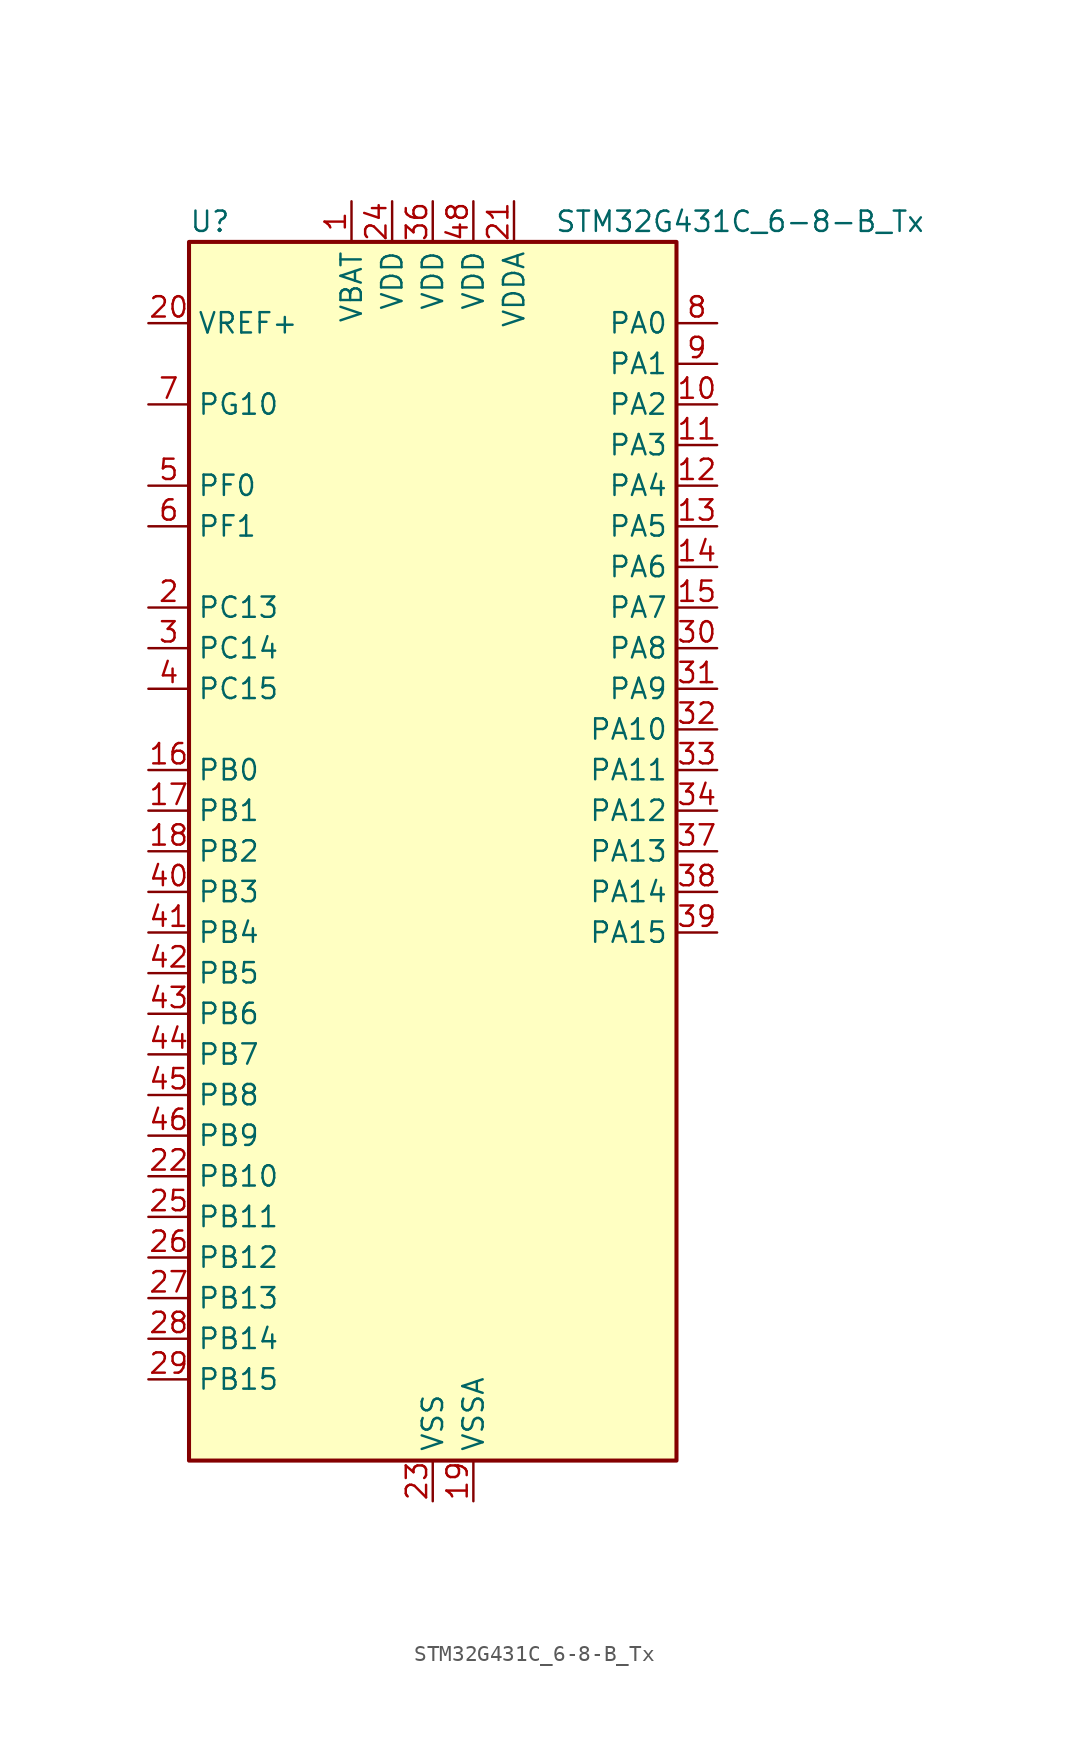
<source format=kicad_sym>
(kicad_symbol_lib
  (version 20241209)
  (generator "kicad_symbol_editor")
  (generator_version "9.0")
  (symbol "STM32G431C_6-8-B_Tx"
    (property "Reference" "U"
      (at -15.24 39.37 0)
      (effects (font (size 1.27 1.27)) (justify left)))
    (property "Value" "STM32G431C_6-8-B_Tx"
      (at 7.62 39.37 0)
      (effects (font (size 1.27 1.27)) (justify left)))
    (symbol "STM32G431C_6-8-B_Tx_0_1"
      (rectangle (start -15.24 -38.1) (end 15.24 38.1) (stroke (width 0.254) (type default)) (fill (type background))))
    (symbol "STM32G431C_6-8-B_Tx_1_1"
      (pin input line (at -17.78 33.02 0) (length 2.54) (name "VREF+" (effects (font (size 1.27 1.27)))) (number "20" (effects (font (size 1.27 1.27)))) (alternate "VREFBUF_OUT" bidirectional line))
      (pin bidirectional line (at -17.78 27.94 0) (length 2.54) (name "PG10" (effects (font (size 1.27 1.27)))) (number "7" (effects (font (size 1.27 1.27)))) (alternate "DAC1_EXTI10" bidirectional line) (alternate "DAC3_EXTI10" bidirectional line) (alternate "RCC_MCO" bidirectional line))
      (pin bidirectional line (at -17.78 22.86 0) (length 2.54) (name "PF0" (effects (font (size 1.27 1.27)))) (number "5" (effects (font (size 1.27 1.27)))) (alternate "ADC1_IN10" bidirectional line) (alternate "I2C2_SDA" bidirectional line) (alternate "I2S2_WS" bidirectional line) (alternate "RCC_OSC_IN" bidirectional line) (alternate "SPI2_NSS" bidirectional line) (alternate "TIM1_CH3N" bidirectional line))
      (pin bidirectional line (at -17.78 20.32 0) (length 2.54) (name "PF1" (effects (font (size 1.27 1.27)))) (number "6" (effects (font (size 1.27 1.27)))) (alternate "ADC2_IN10" bidirectional line) (alternate "COMP3_INM" bidirectional line) (alternate "I2S2_CK" bidirectional line) (alternate "RCC_OSC_OUT" bidirectional line) (alternate "SPI2_SCK" bidirectional line))
      (pin bidirectional line (at -17.78 15.24 0) (length 2.54) (name "PC13" (effects (font (size 1.27 1.27)))) (number "2" (effects (font (size 1.27 1.27)))) (alternate "RTC_OUT1" bidirectional line) (alternate "RTC_TAMP1" bidirectional line) (alternate "RTC_TS" bidirectional line) (alternate "SYS_WKUP2" bidirectional line) (alternate "TIM1_BKIN" bidirectional line) (alternate "TIM1_CH1N" bidirectional line) (alternate "TIM8_CH4N" bidirectional line))
      (pin bidirectional line (at -17.78 12.7 0) (length 2.54) (name "PC14" (effects (font (size 1.27 1.27)))) (number "3" (effects (font (size 1.27 1.27)))) (alternate "RCC_OSC32_IN" bidirectional line))
      (pin bidirectional line (at -17.78 10.16 0) (length 2.54) (name "PC15" (effects (font (size 1.27 1.27)))) (number "4" (effects (font (size 1.27 1.27)))) (alternate "ADC1_EXTI15" bidirectional line) (alternate "ADC2_EXTI15" bidirectional line) (alternate "RCC_OSC32_OUT" bidirectional line))
      (pin bidirectional line (at -17.78 5.08 0) (length 2.54) (name "PB0" (effects (font (size 1.27 1.27)))) (number "16" (effects (font (size 1.27 1.27)))) (alternate "ADC1_IN15" bidirectional line) (alternate "COMP4_INP" bidirectional line) (alternate "OPAMP2_VINP" bidirectional line) (alternate "OPAMP2_VINP_SEC" bidirectional line) (alternate "OPAMP3_VINP" bidirectional line) (alternate "OPAMP3_VINP_SEC" bidirectional line) (alternate "TIM1_CH2N" bidirectional line) (alternate "TIM3_CH3" bidirectional line) (alternate "TIM8_CH2N" bidirectional line) (alternate "UCPD1_FRSTX1" bidirectional line) (alternate "UCPD1_FRSTX2" bidirectional line))
      (pin bidirectional line (at -17.78 2.54 0) (length 2.54) (name "PB1" (effects (font (size 1.27 1.27)))) (number "17" (effects (font (size 1.27 1.27)))) (alternate "ADC1_IN12" bidirectional line) (alternate "COMP1_INP" bidirectional line) (alternate "COMP4_OUT" bidirectional line) (alternate "LPUART1_DE" bidirectional line) (alternate "LPUART1_RTS" bidirectional line) (alternate "OPAMP3_VOUT" bidirectional line) (alternate "TIM1_CH3N" bidirectional line) (alternate "TIM3_CH4" bidirectional line) (alternate "TIM8_CH3N" bidirectional line))
      (pin bidirectional line (at -17.78 0 0) (length 2.54) (name "PB2" (effects (font (size 1.27 1.27)))) (number "18" (effects (font (size 1.27 1.27)))) (alternate "ADC2_IN12" bidirectional line) (alternate "COMP4_INM" bidirectional line) (alternate "I2C3_SMBA" bidirectional line) (alternate "LPTIM1_OUT" bidirectional line) (alternate "OPAMP3_VINM" bidirectional line) (alternate "OPAMP3_VINM0" bidirectional line) (alternate "OPAMP3_VINM_SEC" bidirectional line) (alternate "RTC_OUT2" bidirectional line))
      (pin bidirectional line (at -17.78 -2.54 0) (length 2.54) (name "PB3" (effects (font (size 1.27 1.27)))) (number "40" (effects (font (size 1.27 1.27)))) (alternate "CRS_SYNC" bidirectional line) (alternate "I2S3_CK" bidirectional line) (alternate "SAI1_SCK_B" bidirectional line) (alternate "SPI1_SCK" bidirectional line) (alternate "SPI3_SCK" bidirectional line) (alternate "SYS_JTDO-SWO" bidirectional line) (alternate "TIM2_CH2" bidirectional line) (alternate "TIM3_ETR" bidirectional line) (alternate "TIM4_ETR" bidirectional line) (alternate "TIM8_CH1N" bidirectional line) (alternate "USART2_TX" bidirectional line))
      (pin bidirectional line (at -17.78 -5.08 0) (length 2.54) (name "PB4" (effects (font (size 1.27 1.27)))) (number "41" (effects (font (size 1.27 1.27)))) (alternate "SAI1_MCLK_B" bidirectional line) (alternate "SPI1_MISO" bidirectional line) (alternate "SPI3_MISO" bidirectional line) (alternate "SYS_JTRST" bidirectional line) (alternate "TIM16_CH1" bidirectional line) (alternate "TIM17_BKIN" bidirectional line) (alternate "TIM3_CH1" bidirectional line) (alternate "TIM8_CH2N" bidirectional line) (alternate "UCPD1_CC2" bidirectional line) (alternate "USART2_RX" bidirectional line))
      (pin bidirectional line (at -17.78 -7.62 0) (length 2.54) (name "PB5" (effects (font (size 1.27 1.27)))) (number "42" (effects (font (size 1.27 1.27)))) (alternate "I2C1_SMBA" bidirectional line) (alternate "I2C3_SDA" bidirectional line) (alternate "I2S3_SD" bidirectional line) (alternate "LPTIM1_IN1" bidirectional line) (alternate "SAI1_SD_B" bidirectional line) (alternate "SPI1_MOSI" bidirectional line) (alternate "SPI3_MOSI" bidirectional line) (alternate "TIM16_BKIN" bidirectional line) (alternate "TIM17_CH1" bidirectional line) (alternate "TIM3_CH2" bidirectional line) (alternate "TIM8_CH3N" bidirectional line) (alternate "USART2_CK" bidirectional line))
      (pin bidirectional line (at -17.78 -10.16 0) (length 2.54) (name "PB6" (effects (font (size 1.27 1.27)))) (number "43" (effects (font (size 1.27 1.27)))) (alternate "COMP4_OUT" bidirectional line) (alternate "LPTIM1_ETR" bidirectional line) (alternate "SAI1_FS_B" bidirectional line) (alternate "TIM16_CH1N" bidirectional line) (alternate "TIM4_CH1" bidirectional line) (alternate "TIM8_BKIN2" bidirectional line) (alternate "TIM8_CH1" bidirectional line) (alternate "TIM8_ETR" bidirectional line) (alternate "UCPD1_CC1" bidirectional line) (alternate "USART1_TX" bidirectional line))
      (pin bidirectional line (at -17.78 -12.7 0) (length 2.54) (name "PB7" (effects (font (size 1.27 1.27)))) (number "44" (effects (font (size 1.27 1.27)))) (alternate "COMP3_OUT" bidirectional line) (alternate "I2C1_SDA" bidirectional line) (alternate "LPTIM1_IN2" bidirectional line) (alternate "SYS_PVD_IN" bidirectional line) (alternate "TIM17_CH1N" bidirectional line) (alternate "TIM3_CH4" bidirectional line) (alternate "TIM4_CH2" bidirectional line) (alternate "TIM8_BKIN" bidirectional line) (alternate "USART1_RX" bidirectional line))
      (pin bidirectional line (at -17.78 -15.24 0) (length 2.54) (name "PB8" (effects (font (size 1.27 1.27)))) (number "45" (effects (font (size 1.27 1.27)))) (alternate "COMP1_OUT" bidirectional line) (alternate "FDCAN1_RX" bidirectional line) (alternate "I2C1_SCL" bidirectional line) (alternate "SAI1_CK1" bidirectional line) (alternate "SAI1_MCLK_A" bidirectional line) (alternate "TIM16_CH1" bidirectional line) (alternate "TIM1_BKIN" bidirectional line) (alternate "TIM4_CH3" bidirectional line) (alternate "TIM8_CH2" bidirectional line) (alternate "USART3_RX" bidirectional line))
      (pin bidirectional line (at -17.78 -17.78 0) (length 2.54) (name "PB9" (effects (font (size 1.27 1.27)))) (number "46" (effects (font (size 1.27 1.27)))) (alternate "COMP2_OUT" bidirectional line) (alternate "DAC1_EXTI9" bidirectional line) (alternate "DAC3_EXTI9" bidirectional line) (alternate "FDCAN1_TX" bidirectional line) (alternate "I2C1_SDA" bidirectional line) (alternate "IR_OUT" bidirectional line) (alternate "SAI1_D2" bidirectional line) (alternate "SAI1_FS_A" bidirectional line) (alternate "TIM17_CH1" bidirectional line) (alternate "TIM1_CH3N" bidirectional line) (alternate "TIM4_CH4" bidirectional line) (alternate "TIM8_CH3" bidirectional line) (alternate "USART3_TX" bidirectional line))
      (pin bidirectional line (at -17.78 -20.32 0) (length 2.54) (name "PB10" (effects (font (size 1.27 1.27)))) (number "22" (effects (font (size 1.27 1.27)))) (alternate "DAC1_EXTI10" bidirectional line) (alternate "DAC3_EXTI10" bidirectional line) (alternate "LPUART1_RX" bidirectional line) (alternate "OPAMP3_VINM" bidirectional line) (alternate "OPAMP3_VINM1" bidirectional line) (alternate "OPAMP3_VINM_SEC" bidirectional line) (alternate "SAI1_SCK_A" bidirectional line) (alternate "TIM1_BKIN" bidirectional line) (alternate "TIM2_CH3" bidirectional line) (alternate "USART3_TX" bidirectional line))
      (pin bidirectional line (at -17.78 -22.86 0) (length 2.54) (name "PB11" (effects (font (size 1.27 1.27)))) (number "25" (effects (font (size 1.27 1.27)))) (alternate "ADC1_EXTI11" bidirectional line) (alternate "ADC1_IN14" bidirectional line) (alternate "ADC2_EXTI11" bidirectional line) (alternate "ADC2_IN14" bidirectional line) (alternate "LPUART1_TX" bidirectional line) (alternate "TIM2_CH4" bidirectional line) (alternate "USART3_RX" bidirectional line))
      (pin bidirectional line (at -17.78 -25.4 0) (length 2.54) (name "PB12" (effects (font (size 1.27 1.27)))) (number "26" (effects (font (size 1.27 1.27)))) (alternate "ADC1_IN11" bidirectional line) (alternate "I2C2_SMBA" bidirectional line) (alternate "I2S2_WS" bidirectional line) (alternate "LPUART1_DE" bidirectional line) (alternate "LPUART1_RTS" bidirectional line) (alternate "SPI2_NSS" bidirectional line) (alternate "TIM1_BKIN" bidirectional line) (alternate "USART3_CK" bidirectional line))
      (pin bidirectional line (at -17.78 -27.94 0) (length 2.54) (name "PB13" (effects (font (size 1.27 1.27)))) (number "27" (effects (font (size 1.27 1.27)))) (alternate "I2S2_CK" bidirectional line) (alternate "LPUART1_CTS" bidirectional line) (alternate "OPAMP3_VINP" bidirectional line) (alternate "OPAMP3_VINP_SEC" bidirectional line) (alternate "SPI2_SCK" bidirectional line) (alternate "TIM1_CH1N" bidirectional line) (alternate "USART3_CTS" bidirectional line) (alternate "USART3_NSS" bidirectional line))
      (pin bidirectional line (at -17.78 -30.48 0) (length 2.54) (name "PB14" (effects (font (size 1.27 1.27)))) (number "28" (effects (font (size 1.27 1.27)))) (alternate "ADC1_IN5" bidirectional line) (alternate "COMP4_OUT" bidirectional line) (alternate "OPAMP2_VINP" bidirectional line) (alternate "OPAMP2_VINP_SEC" bidirectional line) (alternate "SPI2_MISO" bidirectional line) (alternate "TIM15_CH1" bidirectional line) (alternate "TIM1_CH2N" bidirectional line) (alternate "USART3_DE" bidirectional line) (alternate "USART3_RTS" bidirectional line))
      (pin bidirectional line (at -17.78 -33.02 0) (length 2.54) (name "PB15" (effects (font (size 1.27 1.27)))) (number "29" (effects (font (size 1.27 1.27)))) (alternate "ADC1_EXTI15" bidirectional line) (alternate "ADC2_EXTI15" bidirectional line) (alternate "ADC2_IN15" bidirectional line) (alternate "COMP3_OUT" bidirectional line) (alternate "I2S2_SD" bidirectional line) (alternate "RTC_REFIN" bidirectional line) (alternate "SPI2_MOSI" bidirectional line) (alternate "TIM15_CH1N" bidirectional line) (alternate "TIM15_CH2" bidirectional line) (alternate "TIM1_CH3N" bidirectional line))
      (pin power_in line (at -5.08 40.64 270) (length 2.54) (name "VBAT" (effects (font (size 1.27 1.27)))) (number "1" (effects (font (size 1.27 1.27)))))
      (pin power_in line (at -2.54 40.64 270) (length 2.54) (name "VDD" (effects (font (size 1.27 1.27)))) (number "24" (effects (font (size 1.27 1.27)))))
      (pin power_in line (at 0 40.64 270) (length 2.54) (name "VDD" (effects (font (size 1.27 1.27)))) (number "36" (effects (font (size 1.27 1.27)))))
      (pin power_in line (at 0 -40.64 90) (length 2.54) (name "VSS" (effects (font (size 1.27 1.27)))) (number "23" (effects (font (size 1.27 1.27)))))
      (pin passive line (at 0 -40.64 90) (length 2.54) (hide yes) (name "VSS" (effects (font (size 1.27 1.27)))) (number "35" (effects (font (size 1.27 1.27)))))
      (pin passive line (at 0 -40.64 90) (length 2.54) (hide yes) (name "VSS" (effects (font (size 1.27 1.27)))) (number "47" (effects (font (size 1.27 1.27)))))
      (pin power_in line (at 2.54 40.64 270) (length 2.54) (name "VDD" (effects (font (size 1.27 1.27)))) (number "48" (effects (font (size 1.27 1.27)))))
      (pin power_in line (at 2.54 -40.64 90) (length 2.54) (name "VSSA" (effects (font (size 1.27 1.27)))) (number "19" (effects (font (size 1.27 1.27)))))
      (pin power_in line (at 5.08 40.64 270) (length 2.54) (name "VDDA" (effects (font (size 1.27 1.27)))) (number "21" (effects (font (size 1.27 1.27)))))
      (pin bidirectional line (at 17.78 33.02 180) (length 2.54) (name "PA0" (effects (font (size 1.27 1.27)))) (number "8" (effects (font (size 1.27 1.27)))) (alternate "ADC1_IN1" bidirectional line) (alternate "ADC2_IN1" bidirectional line) (alternate "COMP1_INM" bidirectional line) (alternate "COMP1_OUT" bidirectional line) (alternate "COMP3_INP" bidirectional line) (alternate "RTC_TAMP2" bidirectional line) (alternate "SYS_WKUP1" bidirectional line) (alternate "TIM2_CH1" bidirectional line) (alternate "TIM2_ETR" bidirectional line) (alternate "TIM8_BKIN" bidirectional line) (alternate "TIM8_ETR" bidirectional line) (alternate "USART2_CTS" bidirectional line) (alternate "USART2_NSS" bidirectional line))
      (pin bidirectional line (at 17.78 30.48 180) (length 2.54) (name "PA1" (effects (font (size 1.27 1.27)))) (number "9" (effects (font (size 1.27 1.27)))) (alternate "ADC1_IN2" bidirectional line) (alternate "ADC2_IN2" bidirectional line) (alternate "COMP1_INP" bidirectional line) (alternate "OPAMP1_VINP" bidirectional line) (alternate "OPAMP1_VINP_SEC" bidirectional line) (alternate "OPAMP3_VINP" bidirectional line) (alternate "OPAMP3_VINP_SEC" bidirectional line) (alternate "RTC_REFIN" bidirectional line) (alternate "TIM15_CH1N" bidirectional line) (alternate "TIM2_CH2" bidirectional line) (alternate "USART2_DE" bidirectional line) (alternate "USART2_RTS" bidirectional line))
      (pin bidirectional line (at 17.78 27.94 180) (length 2.54) (name "PA2" (effects (font (size 1.27 1.27)))) (number "10" (effects (font (size 1.27 1.27)))) (alternate "ADC1_IN3" bidirectional line) (alternate "COMP2_INM" bidirectional line) (alternate "COMP2_OUT" bidirectional line) (alternate "LPUART1_TX" bidirectional line) (alternate "OPAMP1_VOUT" bidirectional line) (alternate "RCC_LSCO" bidirectional line) (alternate "SYS_WKUP4" bidirectional line) (alternate "TIM15_CH1" bidirectional line) (alternate "TIM2_CH3" bidirectional line) (alternate "UCPD1_FRSTX1" bidirectional line) (alternate "UCPD1_FRSTX2" bidirectional line) (alternate "USART2_TX" bidirectional line))
      (pin bidirectional line (at 17.78 25.4 180) (length 2.54) (name "PA3" (effects (font (size 1.27 1.27)))) (number "11" (effects (font (size 1.27 1.27)))) (alternate "ADC1_IN4" bidirectional line) (alternate "COMP2_INP" bidirectional line) (alternate "LPUART1_RX" bidirectional line) (alternate "OPAMP1_VINM" bidirectional line) (alternate "OPAMP1_VINM0" bidirectional line) (alternate "OPAMP1_VINM_SEC" bidirectional line) (alternate "OPAMP1_VINP" bidirectional line) (alternate "OPAMP1_VINP_SEC" bidirectional line) (alternate "SAI1_CK1" bidirectional line) (alternate "SAI1_MCLK_A" bidirectional line) (alternate "TIM15_CH2" bidirectional line) (alternate "TIM2_CH4" bidirectional line) (alternate "USART2_RX" bidirectional line))
      (pin bidirectional line (at 17.78 22.86 180) (length 2.54) (name "PA4" (effects (font (size 1.27 1.27)))) (number "12" (effects (font (size 1.27 1.27)))) (alternate "ADC2_IN17" bidirectional line) (alternate "COMP1_INM" bidirectional line) (alternate "DAC1_OUT1" bidirectional line) (alternate "I2S3_WS" bidirectional line) (alternate "SAI1_FS_B" bidirectional line) (alternate "SPI1_NSS" bidirectional line) (alternate "SPI3_NSS" bidirectional line) (alternate "TIM3_CH2" bidirectional line) (alternate "USART2_CK" bidirectional line))
      (pin bidirectional line (at 17.78 20.32 180) (length 2.54) (name "PA5" (effects (font (size 1.27 1.27)))) (number "13" (effects (font (size 1.27 1.27)))) (alternate "ADC2_IN13" bidirectional line) (alternate "COMP2_INM" bidirectional line) (alternate "DAC1_OUT2" bidirectional line) (alternate "OPAMP2_VINM" bidirectional line) (alternate "OPAMP2_VINM0" bidirectional line) (alternate "OPAMP2_VINM_SEC" bidirectional line) (alternate "SPI1_SCK" bidirectional line) (alternate "TIM2_CH1" bidirectional line) (alternate "TIM2_ETR" bidirectional line) (alternate "UCPD1_FRSTX1" bidirectional line) (alternate "UCPD1_FRSTX2" bidirectional line))
      (pin bidirectional line (at 17.78 17.78 180) (length 2.54) (name "PA6" (effects (font (size 1.27 1.27)))) (number "14" (effects (font (size 1.27 1.27)))) (alternate "ADC2_IN3" bidirectional line) (alternate "COMP1_OUT" bidirectional line) (alternate "LPUART1_CTS" bidirectional line) (alternate "OPAMP2_VOUT" bidirectional line) (alternate "SPI1_MISO" bidirectional line) (alternate "TIM16_CH1" bidirectional line) (alternate "TIM1_BKIN" bidirectional line) (alternate "TIM3_CH1" bidirectional line) (alternate "TIM8_BKIN" bidirectional line))
      (pin bidirectional line (at 17.78 15.24 180) (length 2.54) (name "PA7" (effects (font (size 1.27 1.27)))) (number "15" (effects (font (size 1.27 1.27)))) (alternate "ADC2_IN4" bidirectional line) (alternate "COMP2_INP" bidirectional line) (alternate "COMP2_OUT" bidirectional line) (alternate "OPAMP1_VINP" bidirectional line) (alternate "OPAMP1_VINP_SEC" bidirectional line) (alternate "OPAMP2_VINP" bidirectional line) (alternate "OPAMP2_VINP_SEC" bidirectional line) (alternate "SPI1_MOSI" bidirectional line) (alternate "TIM17_CH1" bidirectional line) (alternate "TIM1_CH1N" bidirectional line) (alternate "TIM3_CH2" bidirectional line) (alternate "TIM8_CH1N" bidirectional line) (alternate "UCPD1_FRSTX1" bidirectional line) (alternate "UCPD1_FRSTX2" bidirectional line))
      (pin bidirectional line (at 17.78 12.7 180) (length 2.54) (name "PA8" (effects (font (size 1.27 1.27)))) (number "30" (effects (font (size 1.27 1.27)))) (alternate "I2C2_SDA" bidirectional line) (alternate "I2C3_SCL" bidirectional line) (alternate "I2S2_MCK" bidirectional line) (alternate "RCC_MCO" bidirectional line) (alternate "SAI1_CK2" bidirectional line) (alternate "SAI1_SCK_A" bidirectional line) (alternate "TIM1_CH1" bidirectional line) (alternate "TIM4_ETR" bidirectional line) (alternate "USART1_CK" bidirectional line))
      (pin bidirectional line (at 17.78 10.16 180) (length 2.54) (name "PA9" (effects (font (size 1.27 1.27)))) (number "31" (effects (font (size 1.27 1.27)))) (alternate "DAC1_EXTI9" bidirectional line) (alternate "DAC3_EXTI9" bidirectional line) (alternate "I2C2_SCL" bidirectional line) (alternate "I2C3_SMBA" bidirectional line) (alternate "I2S3_MCK" bidirectional line) (alternate "SAI1_FS_A" bidirectional line) (alternate "TIM15_BKIN" bidirectional line) (alternate "TIM1_CH2" bidirectional line) (alternate "TIM2_CH3" bidirectional line) (alternate "UCPD1_DBCC1" bidirectional line) (alternate "USART1_TX" bidirectional line))
      (pin bidirectional line (at 17.78 7.62 180) (length 2.54) (name "PA10" (effects (font (size 1.27 1.27)))) (number "32" (effects (font (size 1.27 1.27)))) (alternate "CRS_SYNC" bidirectional line) (alternate "DAC1_EXTI10" bidirectional line) (alternate "DAC3_EXTI10" bidirectional line) (alternate "I2C2_SMBA" bidirectional line) (alternate "SAI1_D1" bidirectional line) (alternate "SAI1_SD_A" bidirectional line) (alternate "SPI2_MISO" bidirectional line) (alternate "TIM17_BKIN" bidirectional line) (alternate "TIM1_CH3" bidirectional line) (alternate "TIM2_CH4" bidirectional line) (alternate "TIM8_BKIN" bidirectional line) (alternate "UCPD1_DBCC2" bidirectional line) (alternate "USART1_RX" bidirectional line))
      (pin bidirectional line (at 17.78 5.08 180) (length 2.54) (name "PA11" (effects (font (size 1.27 1.27)))) (number "33" (effects (font (size 1.27 1.27)))) (alternate "ADC1_EXTI11" bidirectional line) (alternate "ADC2_EXTI11" bidirectional line) (alternate "COMP1_OUT" bidirectional line) (alternate "FDCAN1_RX" bidirectional line) (alternate "I2S2_SD" bidirectional line) (alternate "SPI2_MOSI" bidirectional line) (alternate "TIM1_BKIN2" bidirectional line) (alternate "TIM1_CH1N" bidirectional line) (alternate "TIM1_CH4" bidirectional line) (alternate "TIM4_CH1" bidirectional line) (alternate "USART1_CTS" bidirectional line) (alternate "USART1_NSS" bidirectional line) (alternate "USB_DM" bidirectional line))
      (pin bidirectional line (at 17.78 2.54 180) (length 2.54) (name "PA12" (effects (font (size 1.27 1.27)))) (number "34" (effects (font (size 1.27 1.27)))) (alternate "COMP2_OUT" bidirectional line) (alternate "FDCAN1_TX" bidirectional line) (alternate "I2S_CKIN" bidirectional line) (alternate "TIM16_CH1" bidirectional line) (alternate "TIM1_CH2N" bidirectional line) (alternate "TIM1_ETR" bidirectional line) (alternate "TIM4_CH2" bidirectional line) (alternate "USART1_DE" bidirectional line) (alternate "USART1_RTS" bidirectional line) (alternate "USB_DP" bidirectional line))
      (pin bidirectional line (at 17.78 0 180) (length 2.54) (name "PA13" (effects (font (size 1.27 1.27)))) (number "37" (effects (font (size 1.27 1.27)))) (alternate "I2C1_SCL" bidirectional line) (alternate "IR_OUT" bidirectional line) (alternate "SAI1_SD_B" bidirectional line) (alternate "SYS_JTMS-SWDIO" bidirectional line) (alternate "TIM16_CH1N" bidirectional line) (alternate "TIM4_CH3" bidirectional line) (alternate "USART3_CTS" bidirectional line) (alternate "USART3_NSS" bidirectional line))
      (pin bidirectional line (at 17.78 -2.54 180) (length 2.54) (name "PA14" (effects (font (size 1.27 1.27)))) (number "38" (effects (font (size 1.27 1.27)))) (alternate "I2C1_SDA" bidirectional line) (alternate "LPTIM1_OUT" bidirectional line) (alternate "SAI1_FS_B" bidirectional line) (alternate "SYS_JTCK-SWCLK" bidirectional line) (alternate "TIM1_BKIN" bidirectional line) (alternate "TIM8_CH2" bidirectional line) (alternate "USART2_TX" bidirectional line))
      (pin bidirectional line (at 17.78 -5.08 180) (length 2.54) (name "PA15" (effects (font (size 1.27 1.27)))) (number "39" (effects (font (size 1.27 1.27)))) (alternate "ADC1_EXTI15" bidirectional line) (alternate "ADC2_EXTI15" bidirectional line) (alternate "I2C1_SCL" bidirectional line) (alternate "I2S3_WS" bidirectional line) (alternate "SPI1_NSS" bidirectional line) (alternate "SPI3_NSS" bidirectional line) (alternate "SYS_JTDI" bidirectional line) (alternate "TIM1_BKIN" bidirectional line) (alternate "TIM2_CH1" bidirectional line) (alternate "TIM2_ETR" bidirectional line) (alternate "TIM8_CH1" bidirectional line) (alternate "USART2_RX" bidirectional line)))))
</source>
